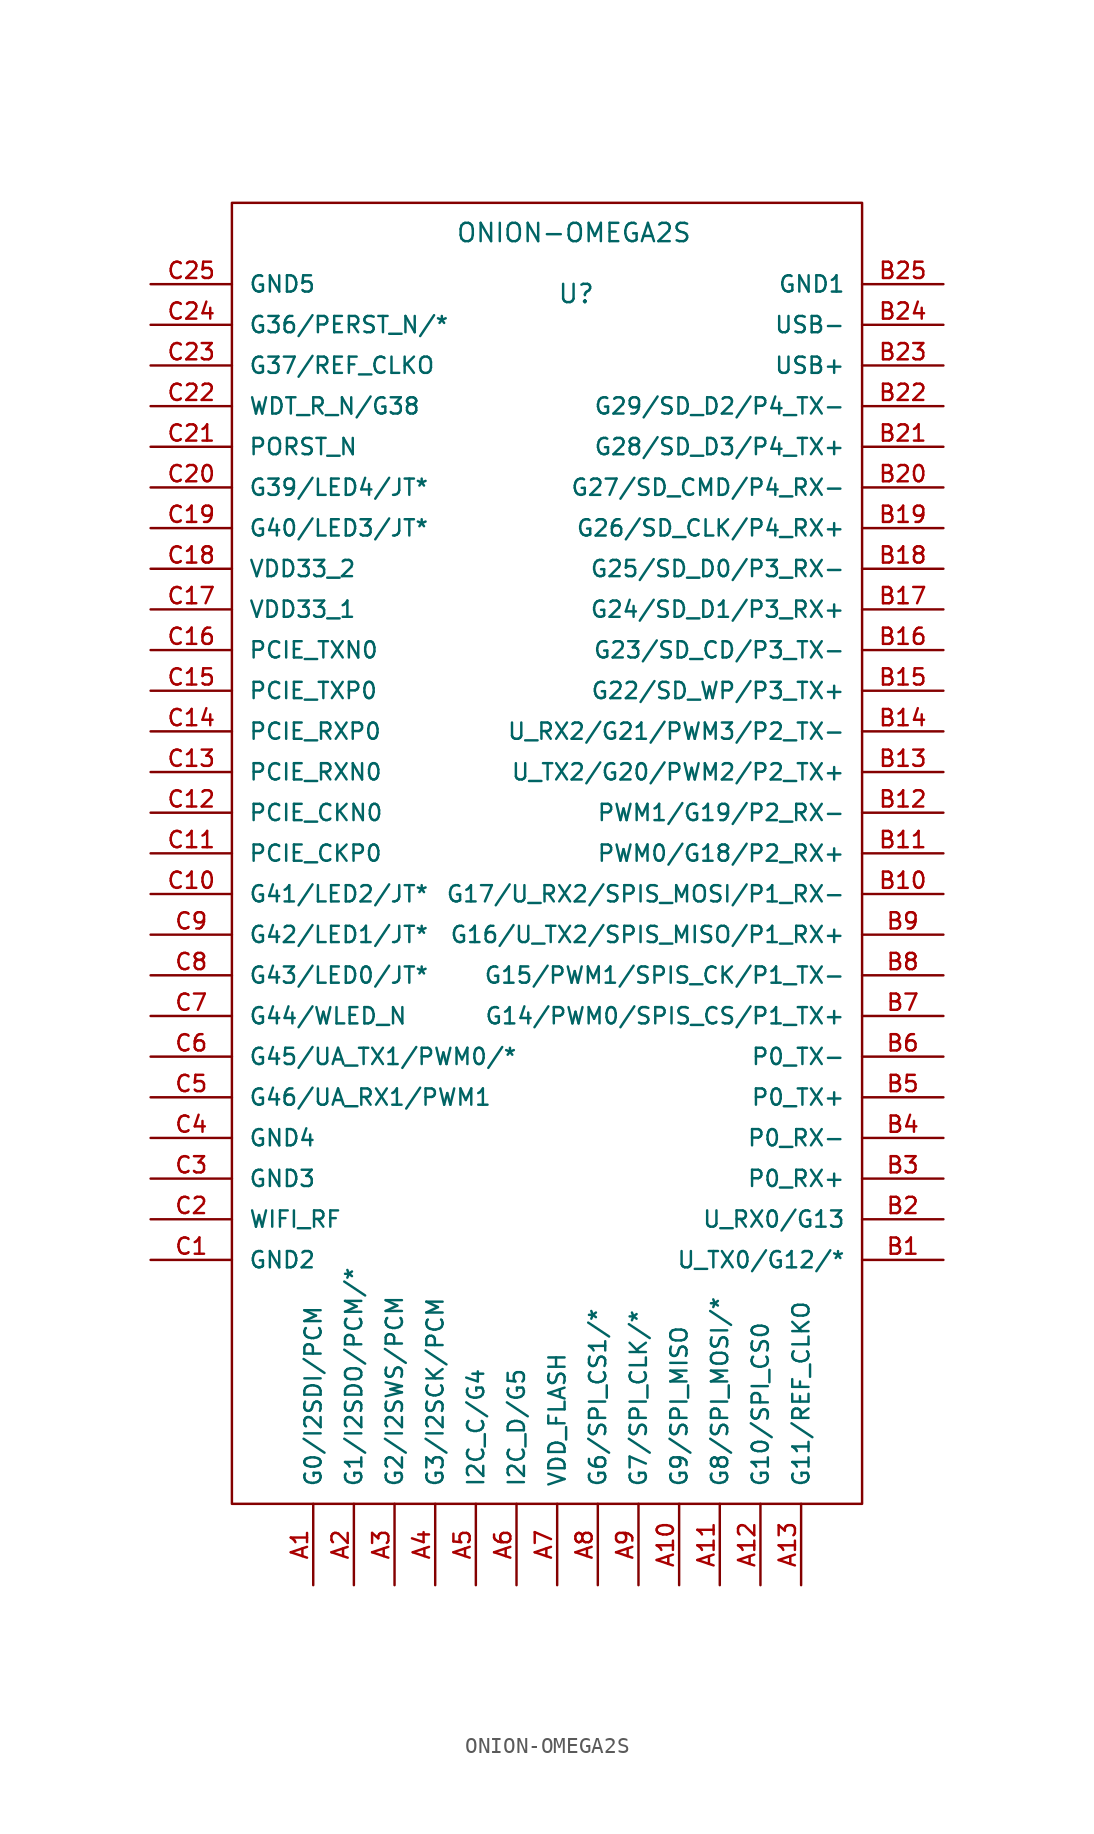
<source format=kicad_sym>
(kicad_symbol_lib
  (version 20220914)
  (generator kicad_symbol_editor)
  (symbol "ONION-OMEGA2S"
    (pin_names
      (offset 1.016))
    (property "Reference" "U"
      (at 0 34.29 0)
      (effects (font (size 1.143 1.143)) (justify left bottom)))
    (property "Value" "ONION-OMEGA2S"
      (at -6.35 38.1 0)
      (effects (font (size 1.143 1.143)) (justify left bottom)))
    (symbol "ONION-OMEGA2S_0_1"
      (rectangle (start -20.32 40.64) (end 19.05 -40.64) (stroke (width 0) (type solid)) (fill (type none))))
    (symbol "ONION-OMEGA2S_1_1"
      (pin bidirectional line (at -15.24 -45.72 90) (length 5.08) (name "G0/I2SDI/PCM" (effects (font (size 1.016 1.016)))) (number "A1" (effects (font (size 1.016 1.016)))))
      (pin bidirectional line (at 7.62 -45.72 90) (length 5.08) (name "G9/SPI_MISO" (effects (font (size 1.016 1.016)))) (number "A10" (effects (font (size 1.016 1.016)))))
      (pin bidirectional line (at 10.16 -45.72 90) (length 5.08) (name "G8/SPI_MOSI/*" (effects (font (size 1.016 1.016)))) (number "A11" (effects (font (size 1.016 1.016)))))
      (pin bidirectional line (at 12.7 -45.72 90) (length 5.08) (name "G10/SPI_CS0" (effects (font (size 1.016 1.016)))) (number "A12" (effects (font (size 1.016 1.016)))))
      (pin bidirectional line (at 15.24 -45.72 90) (length 5.08) (name "G11/REF_CLKO" (effects (font (size 1.016 1.016)))) (number "A13" (effects (font (size 1.016 1.016)))))
      (pin bidirectional line (at -12.7 -45.72 90) (length 5.08) (name "G1/I2SDO/PCM/*" (effects (font (size 1.016 1.016)))) (number "A2" (effects (font (size 1.016 1.016)))))
      (pin bidirectional line (at -10.16 -45.72 90) (length 5.08) (name "G2/I2SWS/PCM" (effects (font (size 1.016 1.016)))) (number "A3" (effects (font (size 1.016 1.016)))))
      (pin bidirectional line (at -7.62 -45.72 90) (length 5.08) (name "G3/I2SCK/PCM" (effects (font (size 1.016 1.016)))) (number "A4" (effects (font (size 1.016 1.016)))))
      (pin bidirectional line (at -5.08 -45.72 90) (length 5.08) (name "I2C_C/G4" (effects (font (size 1.016 1.016)))) (number "A5" (effects (font (size 1.016 1.016)))))
      (pin bidirectional line (at -2.54 -45.72 90) (length 5.08) (name "I2C_D/G5" (effects (font (size 1.016 1.016)))) (number "A6" (effects (font (size 1.016 1.016)))))
      (pin power_in line (at 0 -45.72 90) (length 5.08) (name "VDD_FLASH" (effects (font (size 1.016 1.016)))) (number "A7" (effects (font (size 1.016 1.016)))))
      (pin bidirectional line (at 2.54 -45.72 90) (length 5.08) (name "G6/SPI_CS1/*" (effects (font (size 1.016 1.016)))) (number "A8" (effects (font (size 1.016 1.016)))))
      (pin bidirectional line (at 5.08 -45.72 90) (length 5.08) (name "G7/SPI_CLK/*" (effects (font (size 1.016 1.016)))) (number "A9" (effects (font (size 1.016 1.016)))))
      (pin bidirectional line (at 24.13 -25.4 180) (length 5.08) (name "U_TX0/G12/*" (effects (font (size 1.016 1.016)))) (number "B1" (effects (font (size 1.016 1.016)))))
      (pin bidirectional line (at 24.13 -2.54 180) (length 5.08) (name "G17/U_RX2/SPIS_MOSI/P1_RX-" (effects (font (size 1.016 1.016)))) (number "B10" (effects (font (size 1.016 1.016)))))
      (pin bidirectional line (at 24.13 0 180) (length 5.08) (name "PWM0/G18/P2_RX+" (effects (font (size 1.016 1.016)))) (number "B11" (effects (font (size 1.016 1.016)))))
      (pin bidirectional line (at 24.13 2.54 180) (length 5.08) (name "PWM1/G19/P2_RX-" (effects (font (size 1.016 1.016)))) (number "B12" (effects (font (size 1.016 1.016)))))
      (pin bidirectional line (at 24.13 5.08 180) (length 5.08) (name "U_TX2/G20/PWM2/P2_TX+" (effects (font (size 1.016 1.016)))) (number "B13" (effects (font (size 1.016 1.016)))))
      (pin bidirectional line (at 24.13 7.62 180) (length 5.08) (name "U_RX2/G21/PWM3/P2_TX-" (effects (font (size 1.016 1.016)))) (number "B14" (effects (font (size 1.016 1.016)))))
      (pin bidirectional line (at 24.13 10.16 180) (length 5.08) (name "G22/SD_WP/P3_TX+" (effects (font (size 1.016 1.016)))) (number "B15" (effects (font (size 1.016 1.016)))))
      (pin bidirectional line (at 24.13 12.7 180) (length 5.08) (name "G23/SD_CD/P3_TX-" (effects (font (size 1.016 1.016)))) (number "B16" (effects (font (size 1.016 1.016)))))
      (pin bidirectional line (at 24.13 15.24 180) (length 5.08) (name "G24/SD_D1/P3_RX+" (effects (font (size 1.016 1.016)))) (number "B17" (effects (font (size 1.016 1.016)))))
      (pin bidirectional line (at 24.13 17.78 180) (length 5.08) (name "G25/SD_D0/P3_RX-" (effects (font (size 1.016 1.016)))) (number "B18" (effects (font (size 1.016 1.016)))))
      (pin bidirectional line (at 24.13 20.32 180) (length 5.08) (name "G26/SD_CLK/P4_RX+" (effects (font (size 1.016 1.016)))) (number "B19" (effects (font (size 1.016 1.016)))))
      (pin bidirectional line (at 24.13 -22.86 180) (length 5.08) (name "U_RX0/G13" (effects (font (size 1.016 1.016)))) (number "B2" (effects (font (size 1.016 1.016)))))
      (pin bidirectional line (at 24.13 22.86 180) (length 5.08) (name "G27/SD_CMD/P4_RX-" (effects (font (size 1.016 1.016)))) (number "B20" (effects (font (size 1.016 1.016)))))
      (pin bidirectional line (at 24.13 25.4 180) (length 5.08) (name "G28/SD_D3/P4_TX+" (effects (font (size 1.016 1.016)))) (number "B21" (effects (font (size 1.016 1.016)))))
      (pin bidirectional line (at 24.13 27.94 180) (length 5.08) (name "G29/SD_D2/P4_TX-" (effects (font (size 1.016 1.016)))) (number "B22" (effects (font (size 1.016 1.016)))))
      (pin bidirectional line (at 24.13 30.48 180) (length 5.08) (name "USB+" (effects (font (size 1.016 1.016)))) (number "B23" (effects (font (size 1.016 1.016)))))
      (pin bidirectional line (at 24.13 33.02 180) (length 5.08) (name "USB-" (effects (font (size 1.016 1.016)))) (number "B24" (effects (font (size 1.016 1.016)))))
      (pin power_in line (at 24.13 35.56 180) (length 5.08) (name "GND1" (effects (font (size 1.016 1.016)))) (number "B25" (effects (font (size 1.016 1.016)))))
      (pin bidirectional line (at 24.13 -20.32 180) (length 5.08) (name "P0_RX+" (effects (font (size 1.016 1.016)))) (number "B3" (effects (font (size 1.016 1.016)))))
      (pin bidirectional line (at 24.13 -17.78 180) (length 5.08) (name "P0_RX-" (effects (font (size 1.016 1.016)))) (number "B4" (effects (font (size 1.016 1.016)))))
      (pin bidirectional line (at 24.13 -15.24 180) (length 5.08) (name "P0_TX+" (effects (font (size 1.016 1.016)))) (number "B5" (effects (font (size 1.016 1.016)))))
      (pin bidirectional line (at 24.13 -12.7 180) (length 5.08) (name "P0_TX-" (effects (font (size 1.016 1.016)))) (number "B6" (effects (font (size 1.016 1.016)))))
      (pin bidirectional line (at 24.13 -10.16 180) (length 5.08) (name "G14/PWM0/SPIS_CS/P1_TX+" (effects (font (size 1.016 1.016)))) (number "B7" (effects (font (size 1.016 1.016)))))
      (pin bidirectional line (at 24.13 -7.62 180) (length 5.08) (name "G15/PWM1/SPIS_CK/P1_TX-" (effects (font (size 1.016 1.016)))) (number "B8" (effects (font (size 1.016 1.016)))))
      (pin bidirectional line (at 24.13 -5.08 180) (length 5.08) (name "G16/U_TX2/SPIS_MISO/P1_RX+" (effects (font (size 1.016 1.016)))) (number "B9" (effects (font (size 1.016 1.016)))))
      (pin power_in line (at -25.4 -25.4 0) (length 5.08) (name "GND2" (effects (font (size 1.016 1.016)))) (number "C1" (effects (font (size 1.016 1.016)))))
      (pin bidirectional line (at -25.4 -2.54 0) (length 5.08) (name "G41/LED2/JT*" (effects (font (size 1.016 1.016)))) (number "C10" (effects (font (size 1.016 1.016)))))
      (pin bidirectional line (at -25.4 0 0) (length 5.08) (name "PCIE_CKP0" (effects (font (size 1.016 1.016)))) (number "C11" (effects (font (size 1.016 1.016)))))
      (pin bidirectional line (at -25.4 2.54 0) (length 5.08) (name "PCIE_CKN0" (effects (font (size 1.016 1.016)))) (number "C12" (effects (font (size 1.016 1.016)))))
      (pin bidirectional line (at -25.4 5.08 0) (length 5.08) (name "PCIE_RXN0" (effects (font (size 1.016 1.016)))) (number "C13" (effects (font (size 1.016 1.016)))))
      (pin bidirectional line (at -25.4 7.62 0) (length 5.08) (name "PCIE_RXP0" (effects (font (size 1.016 1.016)))) (number "C14" (effects (font (size 1.016 1.016)))))
      (pin bidirectional line (at -25.4 10.16 0) (length 5.08) (name "PCIE_TXP0" (effects (font (size 1.016 1.016)))) (number "C15" (effects (font (size 1.016 1.016)))))
      (pin bidirectional line (at -25.4 12.7 0) (length 5.08) (name "PCIE_TXN0" (effects (font (size 1.016 1.016)))) (number "C16" (effects (font (size 1.016 1.016)))))
      (pin power_in line (at -25.4 15.24 0) (length 5.08) (name "VDD33_1" (effects (font (size 1.016 1.016)))) (number "C17" (effects (font (size 1.016 1.016)))))
      (pin power_in line (at -25.4 17.78 0) (length 5.08) (name "VDD33_2" (effects (font (size 1.016 1.016)))) (number "C18" (effects (font (size 1.016 1.016)))))
      (pin bidirectional line (at -25.4 20.32 0) (length 5.08) (name "G40/LED3/JT*" (effects (font (size 1.016 1.016)))) (number "C19" (effects (font (size 1.016 1.016)))))
      (pin unspecified line (at -25.4 -22.86 0) (length 5.08) (name "WIFI_RF" (effects (font (size 1.016 1.016)))) (number "C2" (effects (font (size 1.016 1.016)))))
      (pin bidirectional line (at -25.4 22.86 0) (length 5.08) (name "G39/LED4/JT*" (effects (font (size 1.016 1.016)))) (number "C20" (effects (font (size 1.016 1.016)))))
      (pin bidirectional line (at -25.4 25.4 0) (length 5.08) (name "PORST_N" (effects (font (size 1.016 1.016)))) (number "C21" (effects (font (size 1.016 1.016)))))
      (pin bidirectional line (at -25.4 27.94 0) (length 5.08) (name "WDT_R_N/G38" (effects (font (size 1.016 1.016)))) (number "C22" (effects (font (size 1.016 1.016)))))
      (pin bidirectional line (at -25.4 30.48 0) (length 5.08) (name "G37/REF_CLKO" (effects (font (size 1.016 1.016)))) (number "C23" (effects (font (size 1.016 1.016)))))
      (pin bidirectional line (at -25.4 33.02 0) (length 5.08) (name "G36/PERST_N/*" (effects (font (size 1.016 1.016)))) (number "C24" (effects (font (size 1.016 1.016)))))
      (pin power_in line (at -25.4 35.56 0) (length 5.08) (name "GND5" (effects (font (size 1.016 1.016)))) (number "C25" (effects (font (size 1.016 1.016)))))
      (pin power_in line (at -25.4 -20.32 0) (length 5.08) (name "GND3" (effects (font (size 1.016 1.016)))) (number "C3" (effects (font (size 1.016 1.016)))))
      (pin unspecified line (at -25.4 -17.78 0) (length 5.08) (name "GND4" (effects (font (size 1.016 1.016)))) (number "C4" (effects (font (size 1.016 1.016)))))
      (pin bidirectional line (at -25.4 -15.24 0) (length 5.08) (name "G46/UA_RX1/PWM1" (effects (font (size 1.016 1.016)))) (number "C5" (effects (font (size 1.016 1.016)))))
      (pin bidirectional line (at -25.4 -12.7 0) (length 5.08) (name "G45/UA_TX1/PWM0/*" (effects (font (size 1.016 1.016)))) (number "C6" (effects (font (size 1.016 1.016)))))
      (pin bidirectional line (at -25.4 -10.16 0) (length 5.08) (name "G44/WLED_N" (effects (font (size 1.016 1.016)))) (number "C7" (effects (font (size 1.016 1.016)))))
      (pin bidirectional line (at -25.4 -7.62 0) (length 5.08) (name "G43/LED0/JT*" (effects (font (size 1.016 1.016)))) (number "C8" (effects (font (size 1.016 1.016)))))
      (pin bidirectional line (at -25.4 -5.08 0) (length 5.08) (name "G42/LED1/JT*" (effects (font (size 1.016 1.016)))) (number "C9" (effects (font (size 1.016 1.016))))))))
</source>
